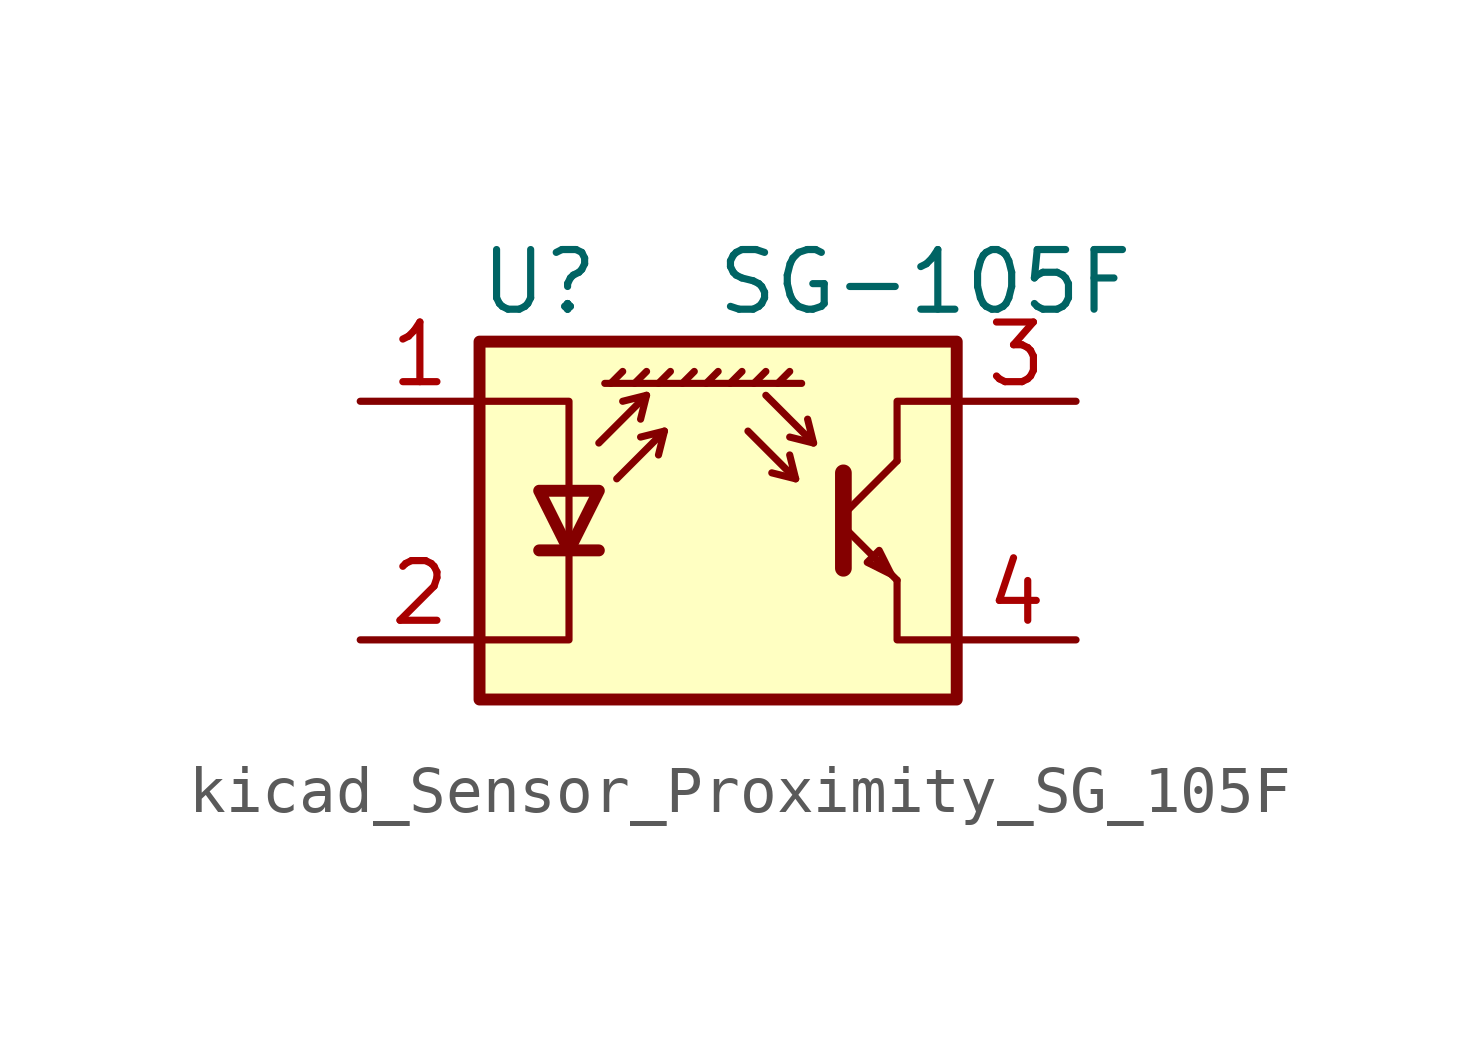
<source format=kicad_sym>
(kicad_symbol_lib
  (version 20220914)
  (generator kicad_symbol_editor)
  (symbol "kicad_Sensor_Proximity_SG_105F"
    (pin_names
      (offset 1.016) hide)
    (property "Reference" "U"
      (at -3.81 5.08 0)
      (effects (font (size 1.27 1.27))))
    (property "Value" "SG-105F"
      (at 8.89 5.08 0)
      (effects (font (size 1.27 1.27)) (justify right)))
    (symbol "kicad_Sensor_Proximity_SG_105F_0_1"
      (polyline (pts (xy -3.81 -0.635) (xy -2.54 -0.635)) (stroke (width 0.254) (type default)) (fill (type none)))
      (polyline (pts (xy -2.286 2.921) (xy -2.032 3.175)) (stroke (width 0) (type default)) (fill (type none)))
      (polyline (pts (xy -1.778 2.921) (xy -1.524 3.175)) (stroke (width 0) (type default)) (fill (type none)))
      (polyline (pts (xy -1.524 2.667) (xy -1.651 2.159)) (stroke (width 0) (type default)) (fill (type none)))
      (polyline (pts (xy -1.27 2.921) (xy -1.016 3.175)) (stroke (width 0) (type default)) (fill (type none)))
      (polyline (pts (xy -1.143 1.905) (xy -1.27 1.397)) (stroke (width 0) (type default)) (fill (type none)))
      (polyline (pts (xy -0.762 2.921) (xy -0.508 3.175)) (stroke (width 0) (type default)) (fill (type none)))
      (polyline (pts (xy -0.254 2.921) (xy 0 3.175)) (stroke (width 0) (type default)) (fill (type none)))
      (polyline (pts (xy 0.254 2.921) (xy 0.508 3.175)) (stroke (width 0) (type default)) (fill (type none)))
      (polyline (pts (xy 0.762 2.921) (xy 1.016 3.175)) (stroke (width 0) (type default)) (fill (type none)))
      (polyline (pts (xy 1.27 2.921) (xy 1.524 3.175)) (stroke (width 0) (type default)) (fill (type none)))
      (polyline (pts (xy 1.651 0.889) (xy 1.143 1.016)) (stroke (width 0) (type default)) (fill (type none)))
      (polyline (pts (xy 1.778 2.921) (xy -2.413 2.921)) (stroke (width 0) (type default)) (fill (type none)))
      (polyline (pts (xy 2.032 1.651) (xy 1.524 1.778)) (stroke (width 0) (type default)) (fill (type none)))
      (polyline (pts (xy 2.667 -0.127) (xy 3.81 -1.27)) (stroke (width 0) (type default)) (fill (type none)))
      (polyline (pts (xy 2.667 0.127) (xy 3.81 1.27)) (stroke (width 0) (type default)) (fill (type none)))
      (polyline (pts (xy -2.54 1.651) (xy -1.524 2.667) (xy -2.032 2.54)) (stroke (width 0) (type default)) (fill (type none)))
      (polyline (pts (xy -2.159 0.889) (xy -1.143 1.905) (xy -1.651 1.778)) (stroke (width 0) (type default)) (fill (type none)))
      (polyline (pts (xy 0.635 1.905) (xy 1.651 0.889) (xy 1.524 1.397)) (stroke (width 0) (type default)) (fill (type none)))
      (polyline (pts (xy 1.016 2.667) (xy 2.032 1.651) (xy 1.905 2.159)) (stroke (width 0) (type default)) (fill (type none)))
      (polyline (pts (xy 2.667 1.016) (xy 2.667 -1.016) (xy 2.667 -1.016)) (stroke (width 0.356) (type default)) (fill (type none)))
      (polyline (pts (xy 3.81 -1.27) (xy 3.81 -2.54) (xy 5.08 -2.54)) (stroke (width 0) (type default)) (fill (type none)))
      (polyline (pts (xy 3.81 1.27) (xy 3.81 2.54) (xy 5.08 2.54)) (stroke (width 0) (type default)) (fill (type none)))
      (polyline (pts (xy -5.08 -2.54) (xy -3.175 -2.54) (xy -3.175 2.54) (xy -5.08 2.54)) (stroke (width 0) (type default)) (fill (type none)))
      (polyline (pts (xy -3.175 -0.635) (xy -3.81 0.635) (xy -2.54 0.635) (xy -3.175 -0.635)) (stroke (width 0.254) (type default)) (fill (type none)))
      (polyline (pts (xy 3.683 -1.143) (xy 3.429 -0.635) (xy 3.175 -0.889) (xy 3.683 -1.143)) (stroke (width 0) (type default)) (fill (type none)))
      (polyline (pts (xy -5.08 -3.81) (xy 5.08 -3.81) (xy 5.08 3.81) (xy -5.08 3.81) (xy -5.08 -3.81)) (stroke (width 0.254) (type default)) (fill (type background))))
    (symbol "kicad_Sensor_Proximity_SG_105F_1_1"
      (pin passive line (at -7.62 2.54 0) (length 2.54) (name "A" (effects (font (size 1.27 1.27)))) (number "1" (effects (font (size 1.27 1.27)))))
      (pin passive line (at -7.62 -2.54 0) (length 2.54) (name "K" (effects (font (size 1.27 1.27)))) (number "2" (effects (font (size 1.27 1.27)))))
      (pin open_collector line (at 7.62 2.54 180) (length 2.54) (name "C" (effects (font (size 1.27 1.27)))) (number "3" (effects (font (size 1.27 1.27)))))
      (pin open_emitter line (at 7.62 -2.54 180) (length 2.54) (name "E" (effects (font (size 1.27 1.27)))) (number "4" (effects (font (size 1.27 1.27))))))))
</source>
